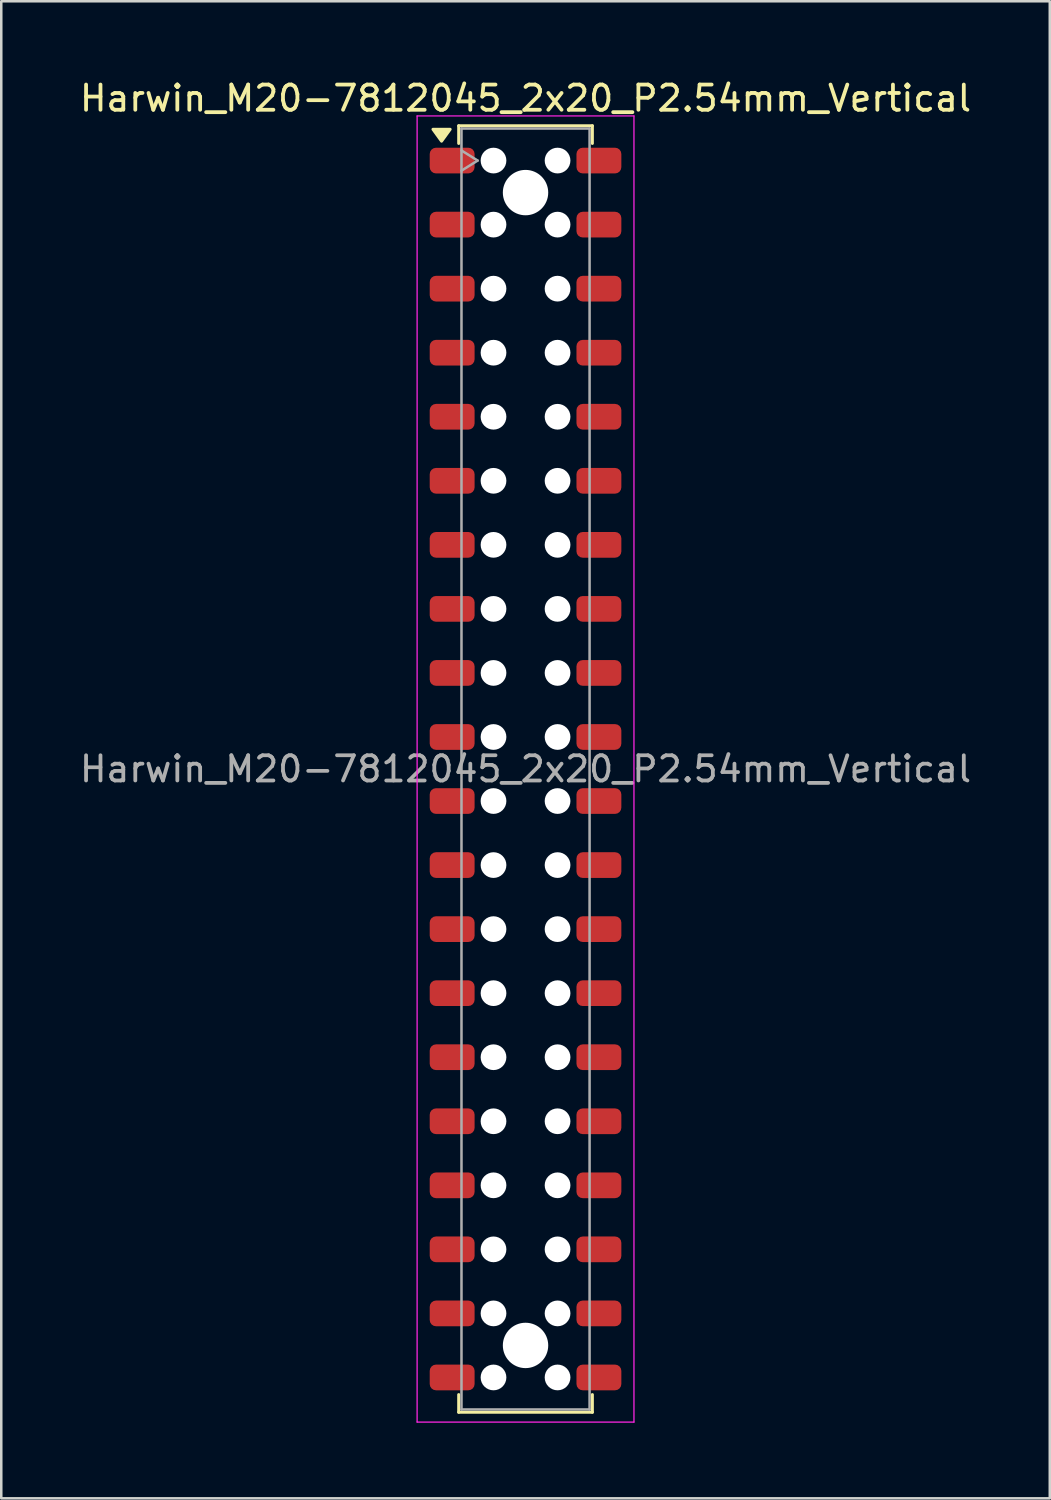
<source format=kicad_pcb>
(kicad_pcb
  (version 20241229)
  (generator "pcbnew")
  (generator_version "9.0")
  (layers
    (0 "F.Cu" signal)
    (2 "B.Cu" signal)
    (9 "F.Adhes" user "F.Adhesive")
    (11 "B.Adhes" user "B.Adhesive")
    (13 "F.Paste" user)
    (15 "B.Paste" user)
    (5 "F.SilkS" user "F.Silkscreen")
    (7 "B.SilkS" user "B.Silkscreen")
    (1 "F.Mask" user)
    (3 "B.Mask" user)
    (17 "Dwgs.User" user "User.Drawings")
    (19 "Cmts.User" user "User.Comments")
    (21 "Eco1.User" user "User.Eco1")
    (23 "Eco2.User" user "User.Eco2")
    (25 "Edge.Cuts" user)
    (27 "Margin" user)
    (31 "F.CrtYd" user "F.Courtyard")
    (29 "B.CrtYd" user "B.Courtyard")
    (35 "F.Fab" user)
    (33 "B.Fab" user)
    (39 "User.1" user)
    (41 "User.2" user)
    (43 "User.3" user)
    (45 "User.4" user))
  (footprint "Harwin_M20-7812045_2x20_P2.54mm_Vertical"
    (layer "F.Cu")
    (at 17.792 27.448)
    (property "Reference" "Harwin_M20-7812045_2x20_P2.54mm_Vertical" (at 0 -26.6 0) (layer "F.SilkS") (effects (font (size 1 1) (thickness 0.15))))
    (attr smd)
    (fp_line (start -2.65 -25.51) (end 2.65 -25.51) (stroke (width 0.12) (type solid)) (layer "F.SilkS"))
    (fp_line (start -2.65 -24.81) (end -2.65 -25.51) (stroke (width 0.12) (type solid)) (layer "F.SilkS"))
    (fp_line (start -2.65 24.81) (end -2.65 25.51) (stroke (width 0.12) (type solid)) (layer "F.SilkS"))
    (fp_line (start -2.65 25.51) (end 2.65 25.51) (stroke (width 0.12) (type solid)) (layer "F.SilkS"))
    (fp_line (start 2.65 -25.51) (end 2.65 -24.81) (stroke (width 0.12) (type solid)) (layer "F.SilkS"))
    (fp_line (start 2.65 25.51) (end 2.65 24.81) (stroke (width 0.12) (type solid)) (layer "F.SilkS"))
    (fp_poly (pts (xy -3.33 -24.9) (xy -3.67 -25.37) (xy -2.99 -25.37)) (stroke (width 0.12) (type solid)) (fill yes) (layer "F.SilkS"))
    (fp_line (start -4.3 -25.9) (end 4.3 -25.9) (stroke (width 0.05) (type solid)) (layer "F.CrtYd"))
    (fp_line (start -4.3 25.9) (end -4.3 -25.9) (stroke (width 0.05) (type solid)) (layer "F.CrtYd"))
    (fp_line (start 4.3 -25.9) (end 4.3 25.9) (stroke (width 0.05) (type solid)) (layer "F.CrtYd"))
    (fp_line (start 4.3 25.9) (end -4.3 25.9) (stroke (width 0.05) (type solid)) (layer "F.CrtYd"))
    (fp_line (start -2.54 -25.4) (end 2.54 -25.4) (stroke (width 0.1) (type solid)) (layer "F.Fab"))
    (fp_line (start -2.54 -24.53) (end -1.9 -24.13) (stroke (width 0.1) (type solid)) (layer "F.Fab"))
    (fp_line (start -2.54 25.4) (end -2.54 -25.4) (stroke (width 0.1) (type solid)) (layer "F.Fab"))
    (fp_line (start -1.9 -24.13) (end -2.54 -23.73) (stroke (width 0.1) (type solid)) (layer "F.Fab"))
    (fp_line (start 2.54 -25.4) (end 2.54 25.4) (stroke (width 0.1) (type solid)) (layer "F.Fab"))
    (fp_line (start 2.54 25.4) (end -2.54 25.4) (stroke (width 0.1) (type solid)) (layer "F.Fab"))
    (fp_text user "${REFERENCE}" (at 0 0 0) (layer "F.Fab") (effects (font (size 1 1) (thickness 0.15))))
    (pad "" np_thru_hole circle (at -1.27 -24.13) (size 1.02 1.02) (drill 1.02) (layers "*.Cu" "*.Mask"))
    (pad "" np_thru_hole circle (at -1.27 -21.59) (size 1.02 1.02) (drill 1.02) (layers "*.Cu" "*.Mask"))
    (pad "" np_thru_hole circle (at -1.27 -19.05) (size 1.02 1.02) (drill 1.02) (layers "*.Cu" "*.Mask"))
    (pad "" np_thru_hole circle (at -1.27 -16.51) (size 1.02 1.02) (drill 1.02) (layers "*.Cu" "*.Mask"))
    (pad "" np_thru_hole circle (at -1.27 -13.97) (size 1.02 1.02) (drill 1.02) (layers "*.Cu" "*.Mask"))
    (pad "" np_thru_hole circle (at -1.27 -11.43) (size 1.02 1.02) (drill 1.02) (layers "*.Cu" "*.Mask"))
    (pad "" np_thru_hole circle (at -1.27 -8.89) (size 1.02 1.02) (drill 1.02) (layers "*.Cu" "*.Mask"))
    (pad "" np_thru_hole circle (at -1.27 -6.35) (size 1.02 1.02) (drill 1.02) (layers "*.Cu" "*.Mask"))
    (pad "" np_thru_hole circle (at -1.27 -3.81) (size 1.02 1.02) (drill 1.02) (layers "*.Cu" "*.Mask"))
    (pad "" np_thru_hole circle (at -1.27 -1.27) (size 1.02 1.02) (drill 1.02) (layers "*.Cu" "*.Mask"))
    (pad "" np_thru_hole circle (at -1.27 1.27) (size 1.02 1.02) (drill 1.02) (layers "*.Cu" "*.Mask"))
    (pad "" np_thru_hole circle (at -1.27 3.81) (size 1.02 1.02) (drill 1.02) (layers "*.Cu" "*.Mask"))
    (pad "" np_thru_hole circle (at -1.27 6.35) (size 1.02 1.02) (drill 1.02) (layers "*.Cu" "*.Mask"))
    (pad "" np_thru_hole circle (at -1.27 8.89) (size 1.02 1.02) (drill 1.02) (layers "*.Cu" "*.Mask"))
    (pad "" np_thru_hole circle (at -1.27 11.43) (size 1.02 1.02) (drill 1.02) (layers "*.Cu" "*.Mask"))
    (pad "" np_thru_hole circle (at -1.27 13.97) (size 1.02 1.02) (drill 1.02) (layers "*.Cu" "*.Mask"))
    (pad "" np_thru_hole circle (at -1.27 16.51) (size 1.02 1.02) (drill 1.02) (layers "*.Cu" "*.Mask"))
    (pad "" np_thru_hole circle (at -1.27 19.05) (size 1.02 1.02) (drill 1.02) (layers "*.Cu" "*.Mask"))
    (pad "" np_thru_hole circle (at -1.27 21.59) (size 1.02 1.02) (drill 1.02) (layers "*.Cu" "*.Mask"))
    (pad "" np_thru_hole circle (at -1.27 24.13) (size 1.02 1.02) (drill 1.02) (layers "*.Cu" "*.Mask"))
    (pad "" np_thru_hole circle (at 0 -22.86) (size 1.8 1.8) (drill 1.8) (layers "*.Cu" "*.Mask"))
    (pad "" np_thru_hole circle (at 0 22.86) (size 1.8 1.8) (drill 1.8) (layers "*.Cu" "*.Mask"))
    (pad "" np_thru_hole circle (at 1.27 -24.13) (size 1.02 1.02) (drill 1.02) (layers "*.Cu" "*.Mask"))
    (pad "" np_thru_hole circle (at 1.27 -21.59) (size 1.02 1.02) (drill 1.02) (layers "*.Cu" "*.Mask"))
    (pad "" np_thru_hole circle (at 1.27 -19.05) (size 1.02 1.02) (drill 1.02) (layers "*.Cu" "*.Mask"))
    (pad "" np_thru_hole circle (at 1.27 -16.51) (size 1.02 1.02) (drill 1.02) (layers "*.Cu" "*.Mask"))
    (pad "" np_thru_hole circle (at 1.27 -13.97) (size 1.02 1.02) (drill 1.02) (layers "*.Cu" "*.Mask"))
    (pad "" np_thru_hole circle (at 1.27 -11.43) (size 1.02 1.02) (drill 1.02) (layers "*.Cu" "*.Mask"))
    (pad "" np_thru_hole circle (at 1.27 -8.89) (size 1.02 1.02) (drill 1.02) (layers "*.Cu" "*.Mask"))
    (pad "" np_thru_hole circle (at 1.27 -6.35) (size 1.02 1.02) (drill 1.02) (layers "*.Cu" "*.Mask"))
    (pad "" np_thru_hole circle (at 1.27 -3.81) (size 1.02 1.02) (drill 1.02) (layers "*.Cu" "*.Mask"))
    (pad "" np_thru_hole circle (at 1.27 -1.27) (size 1.02 1.02) (drill 1.02) (layers "*.Cu" "*.Mask"))
    (pad "" np_thru_hole circle (at 1.27 1.27) (size 1.02 1.02) (drill 1.02) (layers "*.Cu" "*.Mask"))
    (pad "" np_thru_hole circle (at 1.27 3.81) (size 1.02 1.02) (drill 1.02) (layers "*.Cu" "*.Mask"))
    (pad "" np_thru_hole circle (at 1.27 6.35) (size 1.02 1.02) (drill 1.02) (layers "*.Cu" "*.Mask"))
    (pad "" np_thru_hole circle (at 1.27 8.89) (size 1.02 1.02) (drill 1.02) (layers "*.Cu" "*.Mask"))
    (pad "" np_thru_hole circle (at 1.27 11.43) (size 1.02 1.02) (drill 1.02) (layers "*.Cu" "*.Mask"))
    (pad "" np_thru_hole circle (at 1.27 13.97) (size 1.02 1.02) (drill 1.02) (layers "*.Cu" "*.Mask"))
    (pad "" np_thru_hole circle (at 1.27 16.51) (size 1.02 1.02) (drill 1.02) (layers "*.Cu" "*.Mask"))
    (pad "" np_thru_hole circle (at 1.27 19.05) (size 1.02 1.02) (drill 1.02) (layers "*.Cu" "*.Mask"))
    (pad "" np_thru_hole circle (at 1.27 21.59) (size 1.02 1.02) (drill 1.02) (layers "*.Cu" "*.Mask"))
    (pad "" np_thru_hole circle (at 1.27 24.13) (size 1.02 1.02) (drill 1.02) (layers "*.Cu" "*.Mask"))
    (pad "1" smd roundrect (at -2.91 -24.13) (size 1.78 1.02) (layers "F.Cu" "F.Mask" "F.Paste") (roundrect_rratio 0.245))
    (pad "2" smd roundrect (at -2.91 -21.59) (size 1.78 1.02) (layers "F.Cu" "F.Mask" "F.Paste") (roundrect_rratio 0.245))
    (pad "3" smd roundrect (at -2.91 -19.05) (size 1.78 1.02) (layers "F.Cu" "F.Mask" "F.Paste") (roundrect_rratio 0.245))
    (pad "4" smd roundrect (at -2.91 -16.51) (size 1.78 1.02) (layers "F.Cu" "F.Mask" "F.Paste") (roundrect_rratio 0.245))
    (pad "5" smd roundrect (at -2.91 -13.97) (size 1.78 1.02) (layers "F.Cu" "F.Mask" "F.Paste") (roundrect_rratio 0.245))
    (pad "6" smd roundrect (at -2.91 -11.43) (size 1.78 1.02) (layers "F.Cu" "F.Mask" "F.Paste") (roundrect_rratio 0.245))
    (pad "7" smd roundrect (at -2.91 -8.89) (size 1.78 1.02) (layers "F.Cu" "F.Mask" "F.Paste") (roundrect_rratio 0.245))
    (pad "8" smd roundrect (at -2.91 -6.35) (size 1.78 1.02) (layers "F.Cu" "F.Mask" "F.Paste") (roundrect_rratio 0.245))
    (pad "9" smd roundrect (at -2.91 -3.81) (size 1.78 1.02) (layers "F.Cu" "F.Mask" "F.Paste") (roundrect_rratio 0.245))
    (pad "10" smd roundrect (at -2.91 -1.27) (size 1.78 1.02) (layers "F.Cu" "F.Mask" "F.Paste") (roundrect_rratio 0.245))
    (pad "11" smd roundrect (at -2.91 1.27) (size 1.78 1.02) (layers "F.Cu" "F.Mask" "F.Paste") (roundrect_rratio 0.245))
    (pad "12" smd roundrect (at -2.91 3.81) (size 1.78 1.02) (layers "F.Cu" "F.Mask" "F.Paste") (roundrect_rratio 0.245))
    (pad "13" smd roundrect (at -2.91 6.35) (size 1.78 1.02) (layers "F.Cu" "F.Mask" "F.Paste") (roundrect_rratio 0.245))
    (pad "14" smd roundrect (at -2.91 8.89) (size 1.78 1.02) (layers "F.Cu" "F.Mask" "F.Paste") (roundrect_rratio 0.245))
    (pad "15" smd roundrect (at -2.91 11.43) (size 1.78 1.02) (layers "F.Cu" "F.Mask" "F.Paste") (roundrect_rratio 0.245))
    (pad "16" smd roundrect (at -2.91 13.97) (size 1.78 1.02) (layers "F.Cu" "F.Mask" "F.Paste") (roundrect_rratio 0.245))
    (pad "17" smd roundrect (at -2.91 16.51) (size 1.78 1.02) (layers "F.Cu" "F.Mask" "F.Paste") (roundrect_rratio 0.245))
    (pad "18" smd roundrect (at -2.91 19.05) (size 1.78 1.02) (layers "F.Cu" "F.Mask" "F.Paste") (roundrect_rratio 0.245))
    (pad "19" smd roundrect (at -2.91 21.59) (size 1.78 1.02) (layers "F.Cu" "F.Mask" "F.Paste") (roundrect_rratio 0.245))
    (pad "20" smd roundrect (at -2.91 24.13) (size 1.78 1.02) (layers "F.Cu" "F.Mask" "F.Paste") (roundrect_rratio 0.245))
    (pad "21" smd roundrect (at 2.91 -24.13) (size 1.78 1.02) (layers "F.Cu" "F.Mask" "F.Paste") (roundrect_rratio 0.245))
    (pad "22" smd roundrect (at 2.91 -21.59) (size 1.78 1.02) (layers "F.Cu" "F.Mask" "F.Paste") (roundrect_rratio 0.245))
    (pad "23" smd roundrect (at 2.91 -19.05) (size 1.78 1.02) (layers "F.Cu" "F.Mask" "F.Paste") (roundrect_rratio 0.245))
    (pad "24" smd roundrect (at 2.91 -16.51) (size 1.78 1.02) (layers "F.Cu" "F.Mask" "F.Paste") (roundrect_rratio 0.245))
    (pad "25" smd roundrect (at 2.91 -13.97) (size 1.78 1.02) (layers "F.Cu" "F.Mask" "F.Paste") (roundrect_rratio 0.245))
    (pad "26" smd roundrect (at 2.91 -11.43) (size 1.78 1.02) (layers "F.Cu" "F.Mask" "F.Paste") (roundrect_rratio 0.245))
    (pad "27" smd roundrect (at 2.91 -8.89) (size 1.78 1.02) (layers "F.Cu" "F.Mask" "F.Paste") (roundrect_rratio 0.245))
    (pad "28" smd roundrect (at 2.91 -6.35) (size 1.78 1.02) (layers "F.Cu" "F.Mask" "F.Paste") (roundrect_rratio 0.245))
    (pad "29" smd roundrect (at 2.91 -3.81) (size 1.78 1.02) (layers "F.Cu" "F.Mask" "F.Paste") (roundrect_rratio 0.245))
    (pad "30" smd roundrect (at 2.91 -1.27) (size 1.78 1.02) (layers "F.Cu" "F.Mask" "F.Paste") (roundrect_rratio 0.245))
    (pad "31" smd roundrect (at 2.91 1.27) (size 1.78 1.02) (layers "F.Cu" "F.Mask" "F.Paste") (roundrect_rratio 0.245))
    (pad "32" smd roundrect (at 2.91 3.81) (size 1.78 1.02) (layers "F.Cu" "F.Mask" "F.Paste") (roundrect_rratio 0.245))
    (pad "33" smd roundrect (at 2.91 6.35) (size 1.78 1.02) (layers "F.Cu" "F.Mask" "F.Paste") (roundrect_rratio 0.245))
    (pad "34" smd roundrect (at 2.91 8.89) (size 1.78 1.02) (layers "F.Cu" "F.Mask" "F.Paste") (roundrect_rratio 0.245))
    (pad "35" smd roundrect (at 2.91 11.43) (size 1.78 1.02) (layers "F.Cu" "F.Mask" "F.Paste") (roundrect_rratio 0.245))
    (pad "36" smd roundrect (at 2.91 13.97) (size 1.78 1.02) (layers "F.Cu" "F.Mask" "F.Paste") (roundrect_rratio 0.245))
    (pad "37" smd roundrect (at 2.91 16.51) (size 1.78 1.02) (layers "F.Cu" "F.Mask" "F.Paste") (roundrect_rratio 0.245))
    (pad "38" smd roundrect (at 2.91 19.05) (size 1.78 1.02) (layers "F.Cu" "F.Mask" "F.Paste") (roundrect_rratio 0.245))
    (pad "39" smd roundrect (at 2.91 21.59) (size 1.78 1.02) (layers "F.Cu" "F.Mask" "F.Paste") (roundrect_rratio 0.245))
    (pad "40" smd roundrect (at 2.91 24.13) (size 1.78 1.02) (layers "F.Cu" "F.Mask" "F.Paste") (roundrect_rratio 0.245)))
  (gr_rect
    (start -3 -3)
    (end 38.583 56.373)
    (stroke (width 0.1) (type default))
    (fill no)
    (layer "Edge.Cuts")))
</source>
